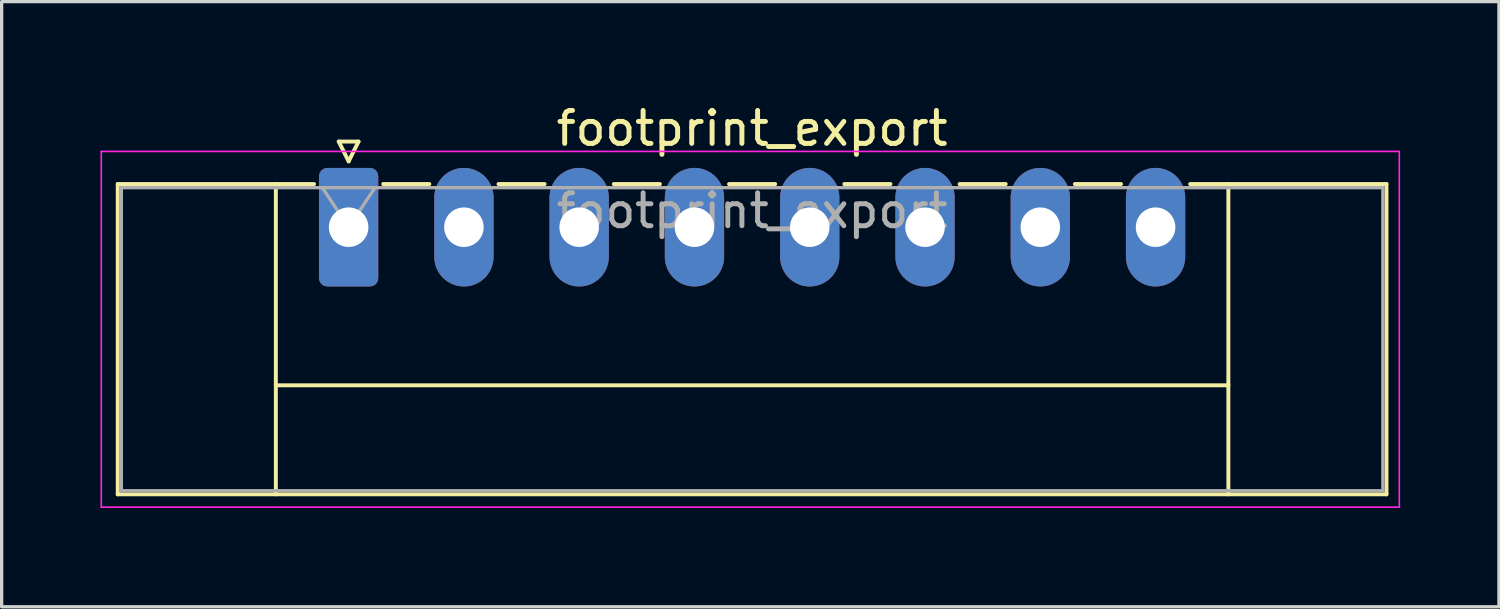
<source format=kicad_pcb>
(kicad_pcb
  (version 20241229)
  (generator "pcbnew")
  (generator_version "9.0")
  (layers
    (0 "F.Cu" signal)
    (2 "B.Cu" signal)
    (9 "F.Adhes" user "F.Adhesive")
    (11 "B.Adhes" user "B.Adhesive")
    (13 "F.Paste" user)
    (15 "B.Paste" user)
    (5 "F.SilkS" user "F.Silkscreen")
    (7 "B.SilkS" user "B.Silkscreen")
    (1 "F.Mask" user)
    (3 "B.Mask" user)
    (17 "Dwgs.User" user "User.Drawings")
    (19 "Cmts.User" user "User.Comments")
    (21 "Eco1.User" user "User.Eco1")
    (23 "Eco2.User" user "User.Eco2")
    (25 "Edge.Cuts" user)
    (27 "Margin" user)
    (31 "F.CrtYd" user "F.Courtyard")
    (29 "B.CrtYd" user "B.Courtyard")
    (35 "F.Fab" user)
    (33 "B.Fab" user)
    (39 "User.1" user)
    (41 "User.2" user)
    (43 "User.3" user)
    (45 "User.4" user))
  (footprint "footprint_export"
    (layer "F.Cu")
    (at 7.535 3.848)
    (property "Reference" "footprint_export" (at 12.25 -3 0) (layer "F.SilkS") (effects (font (size 1 1) (thickness 0.15))))
    (attr through_hole)
    (fp_line (start -7.01 -1.31) (end -7.01 8.11) (stroke (width 0.12) (type solid)) (layer "F.SilkS"))
    (fp_line (start -7.01 -1.31) (end -1.05 -1.31) (stroke (width 0.12) (type solid)) (layer "F.SilkS"))
    (fp_line (start -7.01 8.11) (end 31.51 8.11) (stroke (width 0.12) (type solid)) (layer "F.SilkS"))
    (fp_line (start -2.21 -1.31) (end -2.21 8.11) (stroke (width 0.12) (type solid)) (layer "F.SilkS"))
    (fp_line (start -2.21 4.8) (end 26.71 4.8) (stroke (width 0.12) (type solid)) (layer "F.SilkS"))
    (fp_line (start -0.3 -2.6) (end 0.3 -2.6) (stroke (width 0.12) (type solid)) (layer "F.SilkS"))
    (fp_line (start 0 -2) (end -0.3 -2.6) (stroke (width 0.12) (type solid)) (layer "F.SilkS"))
    (fp_line (start 0.3 -2.6) (end 0 -2) (stroke (width 0.12) (type solid)) (layer "F.SilkS"))
    (fp_line (start 1.05 -1.31) (end 2.45 -1.31) (stroke (width 0.12) (type solid)) (layer "F.SilkS"))
    (fp_line (start 4.55 -1.31) (end 5.95 -1.31) (stroke (width 0.12) (type solid)) (layer "F.SilkS"))
    (fp_line (start 8.05 -1.31) (end 9.45 -1.31) (stroke (width 0.12) (type solid)) (layer "F.SilkS"))
    (fp_line (start 11.55 -1.31) (end 12.95 -1.31) (stroke (width 0.12) (type solid)) (layer "F.SilkS"))
    (fp_line (start 15.05 -1.31) (end 16.45 -1.31) (stroke (width 0.12) (type solid)) (layer "F.SilkS"))
    (fp_line (start 18.55 -1.31) (end 19.95 -1.31) (stroke (width 0.12) (type solid)) (layer "F.SilkS"))
    (fp_line (start 22.05 -1.31) (end 23.45 -1.31) (stroke (width 0.12) (type solid)) (layer "F.SilkS"))
    (fp_line (start 26.71 -1.31) (end 26.71 8.11) (stroke (width 0.12) (type solid)) (layer "F.SilkS"))
    (fp_line (start 31.51 -1.31) (end 25.55 -1.31) (stroke (width 0.12) (type solid)) (layer "F.SilkS"))
    (fp_line (start 31.51 8.11) (end 31.51 -1.31) (stroke (width 0.12) (type solid)) (layer "F.SilkS"))
    (fp_line (start -7.51 -2.3) (end -7.51 8.5) (stroke (width 0.05) (type solid)) (layer "F.CrtYd"))
    (fp_line (start -7.51 8.5) (end 31.9 8.5) (stroke (width 0.05) (type solid)) (layer "F.CrtYd"))
    (fp_line (start 31.9 -2.3) (end -7.51 -2.3) (stroke (width 0.05) (type solid)) (layer "F.CrtYd"))
    (fp_line (start 31.9 8.5) (end 31.9 -2.3) (stroke (width 0.05) (type solid)) (layer "F.CrtYd"))
    (fp_line (start -6.9 -1.2) (end -6.9 8) (stroke (width 0.1) (type solid)) (layer "F.Fab"))
    (fp_line (start -6.9 8) (end 31.4 8) (stroke (width 0.1) (type solid)) (layer "F.Fab"))
    (fp_line (start 0 0) (end -0.8 -1.2) (stroke (width 0.1) (type solid)) (layer "F.Fab"))
    (fp_line (start 0.8 -1.2) (end 0 0) (stroke (width 0.1) (type solid)) (layer "F.Fab"))
    (fp_line (start 31.4 -1.2) (end -6.9 -1.2) (stroke (width 0.1) (type solid)) (layer "F.Fab"))
    (fp_line (start 31.4 8) (end 31.4 -1.2) (stroke (width 0.1) (type solid)) (layer "F.Fab"))
    (fp_text user "${REFERENCE}" (at 12.25 -0.5 0) (layer "F.Fab") (effects (font (size 1 1) (thickness 0.15))))
    (pad "1" thru_hole roundrect (at 0 0) (size 1.8 3.6) (drill 1.2) (layers "*.Cu" "*.Mask") (roundrect_rratio 0.139))
    (pad "2" thru_hole oval (at 3.5 0) (size 1.8 3.6) (drill 1.2) (layers "*.Cu" "*.Mask"))
    (pad "3" thru_hole oval (at 7 0) (size 1.8 3.6) (drill 1.2) (layers "*.Cu" "*.Mask"))
    (pad "4" thru_hole oval (at 10.5 0) (size 1.8 3.6) (drill 1.2) (layers "*.Cu" "*.Mask"))
    (pad "5" thru_hole oval (at 14 0) (size 1.8 3.6) (drill 1.2) (layers "*.Cu" "*.Mask"))
    (pad "6" thru_hole oval (at 17.5 0) (size 1.8 3.6) (drill 1.2) (layers "*.Cu" "*.Mask"))
    (pad "7" thru_hole oval (at 21 0) (size 1.8 3.6) (drill 1.2) (layers "*.Cu" "*.Mask"))
    (pad "8" thru_hole oval (at 24.5 0) (size 1.8 3.6) (drill 1.2) (layers "*.Cu" "*.Mask")))
  (gr_rect
    (start -3 -3)
    (end 42.46 15.373)
    (stroke (width 0.1) (type default))
    (fill no)
    (layer "Edge.Cuts")))
</source>
